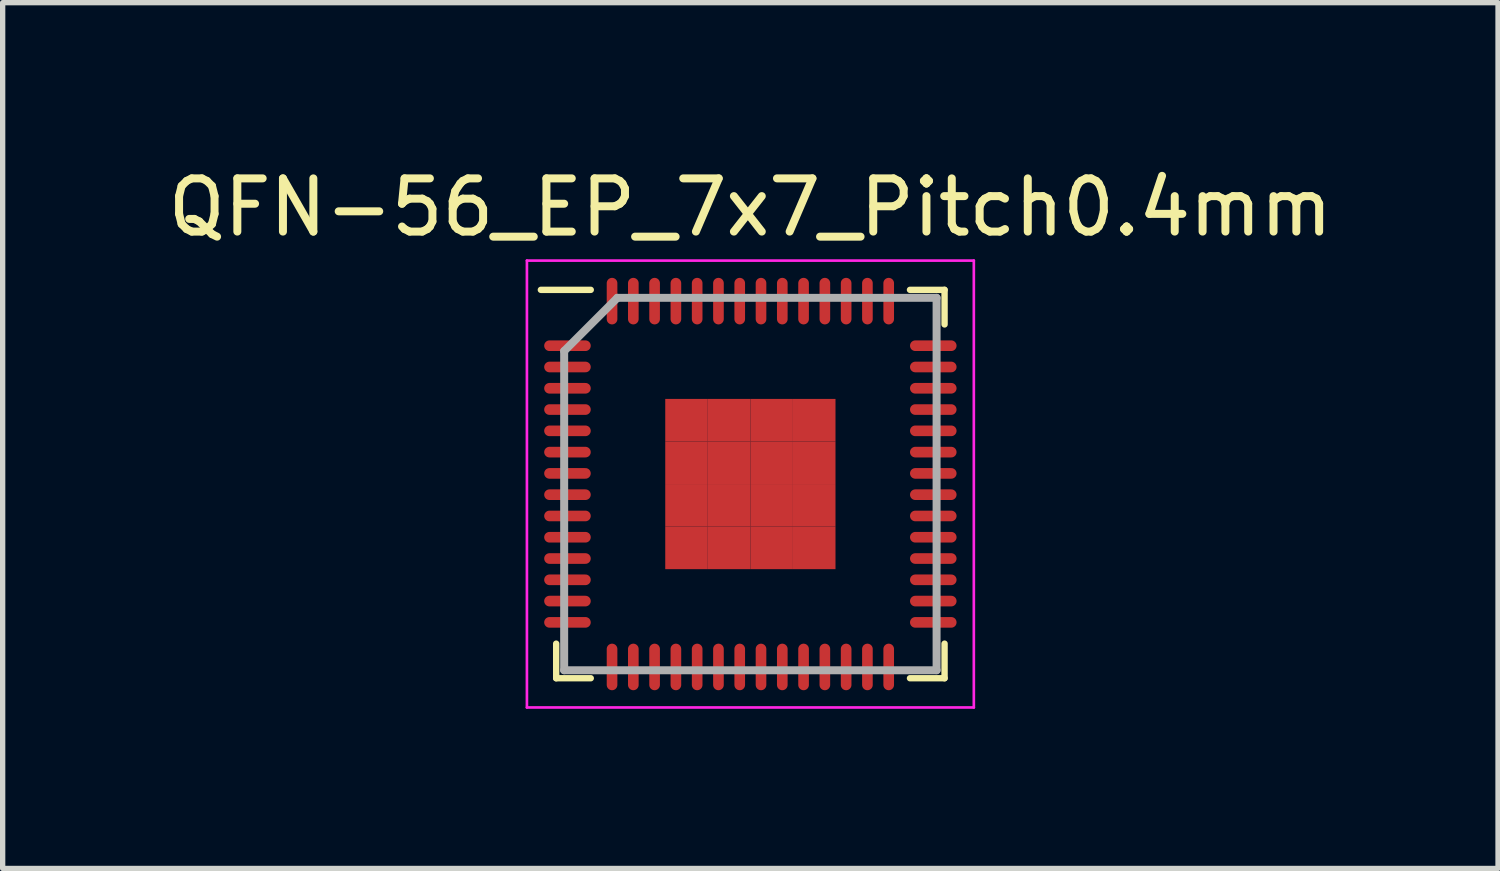
<source format=kicad_pcb>
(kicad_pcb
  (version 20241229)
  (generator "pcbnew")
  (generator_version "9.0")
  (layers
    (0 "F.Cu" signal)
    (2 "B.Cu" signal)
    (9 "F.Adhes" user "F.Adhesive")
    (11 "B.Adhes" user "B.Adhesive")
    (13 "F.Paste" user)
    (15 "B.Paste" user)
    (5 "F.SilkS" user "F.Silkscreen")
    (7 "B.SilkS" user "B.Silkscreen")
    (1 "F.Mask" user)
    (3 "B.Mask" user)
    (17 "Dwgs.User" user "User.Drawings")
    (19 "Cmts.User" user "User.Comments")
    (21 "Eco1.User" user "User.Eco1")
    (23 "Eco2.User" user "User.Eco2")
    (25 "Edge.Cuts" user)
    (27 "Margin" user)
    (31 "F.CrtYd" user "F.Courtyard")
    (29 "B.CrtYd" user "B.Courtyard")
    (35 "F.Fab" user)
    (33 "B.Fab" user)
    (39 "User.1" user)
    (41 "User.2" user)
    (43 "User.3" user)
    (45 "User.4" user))
  (footprint "QFN-56_EP_7x7_Pitch0.4mm"
    (layer "F.Cu")
    (at 11.054 6.048)
    (property "Reference" "QFN-56_EP_7x7_Pitch0.4mm" (at 0 -5.2 0) (layer "F.SilkS") (effects (font (size 1 1) (thickness 0.15))))
    (attr smd)
    (fp_line (start -3.65 3.65) (end -3.65 3) (stroke (width 0.12) (type solid)) (layer "F.SilkS"))
    (fp_line (start -3 -3.65) (end -3.938 -3.65) (stroke (width 0.12) (type solid)) (layer "F.SilkS"))
    (fp_line (start -3 3.65) (end -3.65 3.65) (stroke (width 0.12) (type solid)) (layer "F.SilkS"))
    (fp_line (start 3 -3.65) (end 3.65 -3.65) (stroke (width 0.12) (type solid)) (layer "F.SilkS"))
    (fp_line (start 3 3.65) (end 3.65 3.65) (stroke (width 0.12) (type solid)) (layer "F.SilkS"))
    (fp_line (start 3.65 -3.65) (end 3.65 -3) (stroke (width 0.12) (type solid)) (layer "F.SilkS"))
    (fp_line (start 3.65 3.65) (end 3.65 3) (stroke (width 0.12) (type solid)) (layer "F.SilkS"))
    (fp_line (start -4.2 -4.2) (end 4.2 -4.2) (stroke (width 0.05) (type solid)) (layer "F.CrtYd"))
    (fp_line (start -4.2 4.2) (end -4.2 -4.2) (stroke (width 0.05) (type solid)) (layer "F.CrtYd"))
    (fp_line (start 4.2 -4.2) (end 4.2 4.2) (stroke (width 0.05) (type solid)) (layer "F.CrtYd"))
    (fp_line (start 4.2 4.2) (end -4.2 4.2) (stroke (width 0.05) (type solid)) (layer "F.CrtYd"))
    (fp_line (start -3.5 -2.5) (end -3.5 3.5) (stroke (width 0.15) (type solid)) (layer "F.Fab"))
    (fp_line (start -3.5 3.5) (end 3.5 3.5) (stroke (width 0.15) (type solid)) (layer "F.Fab"))
    (fp_line (start -2.5 -3.5) (end -3.5 -2.5) (stroke (width 0.15) (type solid)) (layer "F.Fab"))
    (fp_line (start 3.5 -3.5) (end -2.5 -3.5) (stroke (width 0.15) (type solid)) (layer "F.Fab"))
    (fp_line (start 3.5 3.5) (end 3.5 -3.5) (stroke (width 0.15) (type solid)) (layer "F.Fab"))
    (pad "" smd roundrect (at -0.7 -0.7) (size 1.13 1.13) (layers "F.Paste") (roundrect_rratio 0.221))
    (pad "" smd roundrect (at -0.7 0.7) (size 1.13 1.13) (layers "F.Paste") (roundrect_rratio 0.221))
    (pad "" smd roundrect (at 0.7 -0.7) (size 1.13 1.13) (layers "F.Paste") (roundrect_rratio 0.221))
    (pad "" smd roundrect (at 0.7 0.7) (size 1.13 1.13) (layers "F.Paste") (roundrect_rratio 0.221))
    (pad "1" smd oval (at -3.438 -2.6 90) (size 0.2 0.875) (layers "F.Cu" "F.Mask" "F.Paste"))
    (pad "2" smd oval (at -3.438 -2.2 90) (size 0.2 0.875) (layers "F.Cu" "F.Mask" "F.Paste"))
    (pad "3" smd oval (at -3.438 -1.8 90) (size 0.2 0.875) (layers "F.Cu" "F.Mask" "F.Paste"))
    (pad "4" smd oval (at -3.438 -1.4 90) (size 0.2 0.875) (layers "F.Cu" "F.Mask" "F.Paste"))
    (pad "5" smd oval (at -3.438 -1 90) (size 0.2 0.875) (layers "F.Cu" "F.Mask" "F.Paste"))
    (pad "6" smd oval (at -3.438 -0.6 90) (size 0.2 0.875) (layers "F.Cu" "F.Mask" "F.Paste"))
    (pad "7" smd oval (at -3.438 -0.2 90) (size 0.2 0.875) (layers "F.Cu" "F.Mask" "F.Paste"))
    (pad "8" smd oval (at -3.438 0.2 90) (size 0.2 0.875) (layers "F.Cu" "F.Mask" "F.Paste"))
    (pad "9" smd oval (at -3.438 0.6 90) (size 0.2 0.875) (layers "F.Cu" "F.Mask" "F.Paste"))
    (pad "10" smd oval (at -3.438 1 90) (size 0.2 0.875) (layers "F.Cu" "F.Mask" "F.Paste"))
    (pad "11" smd oval (at -3.438 1.4 90) (size 0.2 0.875) (layers "F.Cu" "F.Mask" "F.Paste"))
    (pad "12" smd oval (at -3.438 1.8 90) (size 0.2 0.875) (layers "F.Cu" "F.Mask" "F.Paste"))
    (pad "13" smd oval (at -3.438 2.2 90) (size 0.2 0.875) (layers "F.Cu" "F.Mask" "F.Paste"))
    (pad "14" smd oval (at -3.438 2.6 90) (size 0.2 0.875) (layers "F.Cu" "F.Mask" "F.Paste"))
    (pad "15" smd oval (at -2.6 3.438) (size 0.2 0.875) (layers "F.Cu" "F.Mask" "F.Paste"))
    (pad "16" smd oval (at -2.2 3.438) (size 0.2 0.875) (layers "F.Cu" "F.Mask" "F.Paste"))
    (pad "17" smd oval (at -1.8 3.438) (size 0.2 0.875) (layers "F.Cu" "F.Mask" "F.Paste"))
    (pad "18" smd oval (at -1.4 3.438) (size 0.2 0.875) (layers "F.Cu" "F.Mask" "F.Paste"))
    (pad "19" smd oval (at -1 3.438) (size 0.2 0.875) (layers "F.Cu" "F.Mask" "F.Paste"))
    (pad "20" smd oval (at -0.6 3.438) (size 0.2 0.875) (layers "F.Cu" "F.Mask" "F.Paste"))
    (pad "21" smd oval (at -0.2 3.438) (size 0.2 0.875) (layers "F.Cu" "F.Mask" "F.Paste"))
    (pad "22" smd oval (at 0.2 3.438) (size 0.2 0.875) (layers "F.Cu" "F.Mask" "F.Paste"))
    (pad "23" smd oval (at 0.6 3.438) (size 0.2 0.875) (layers "F.Cu" "F.Mask" "F.Paste"))
    (pad "24" smd oval (at 1 3.438) (size 0.2 0.875) (layers "F.Cu" "F.Mask" "F.Paste"))
    (pad "25" smd oval (at 1.4 3.438) (size 0.2 0.875) (layers "F.Cu" "F.Mask" "F.Paste"))
    (pad "26" smd oval (at 1.8 3.438) (size 0.2 0.875) (layers "F.Cu" "F.Mask" "F.Paste"))
    (pad "27" smd oval (at 2.2 3.438) (size 0.2 0.875) (layers "F.Cu" "F.Mask" "F.Paste"))
    (pad "28" smd oval (at 2.6 3.438) (size 0.2 0.875) (layers "F.Cu" "F.Mask" "F.Paste"))
    (pad "29" smd oval (at 3.438 2.6 90) (size 0.2 0.875) (layers "F.Cu" "F.Mask" "F.Paste"))
    (pad "30" smd oval (at 3.438 2.2 90) (size 0.2 0.875) (layers "F.Cu" "F.Mask" "F.Paste"))
    (pad "31" smd oval (at 3.438 1.8 90) (size 0.2 0.875) (layers "F.Cu" "F.Mask" "F.Paste"))
    (pad "32" smd oval (at 3.438 1.4 90) (size 0.2 0.875) (layers "F.Cu" "F.Mask" "F.Paste"))
    (pad "33" smd oval (at 3.438 1 90) (size 0.2 0.875) (layers "F.Cu" "F.Mask" "F.Paste"))
    (pad "34" smd oval (at 3.438 0.6 90) (size 0.2 0.875) (layers "F.Cu" "F.Mask" "F.Paste"))
    (pad "35" smd oval (at 3.438 0.2 90) (size 0.2 0.875) (layers "F.Cu" "F.Mask" "F.Paste"))
    (pad "36" smd oval (at 3.438 -0.2 90) (size 0.2 0.875) (layers "F.Cu" "F.Mask" "F.Paste"))
    (pad "37" smd oval (at 3.438 -0.6 90) (size 0.2 0.875) (layers "F.Cu" "F.Mask" "F.Paste"))
    (pad "38" smd oval (at 3.438 -1 90) (size 0.2 0.875) (layers "F.Cu" "F.Mask" "F.Paste"))
    (pad "39" smd oval (at 3.438 -1.4 90) (size 0.2 0.875) (layers "F.Cu" "F.Mask" "F.Paste"))
    (pad "40" smd oval (at 3.438 -1.8 90) (size 0.2 0.875) (layers "F.Cu" "F.Mask" "F.Paste"))
    (pad "41" smd oval (at 3.438 -2.2 90) (size 0.2 0.875) (layers "F.Cu" "F.Mask" "F.Paste"))
    (pad "42" smd oval (at 3.438 -2.6 90) (size 0.2 0.875) (layers "F.Cu" "F.Mask" "F.Paste"))
    (pad "43" smd oval (at 2.6 -3.438) (size 0.2 0.875) (layers "F.Cu" "F.Mask" "F.Paste"))
    (pad "44" smd oval (at 2.2 -3.438) (size 0.2 0.875) (layers "F.Cu" "F.Mask" "F.Paste"))
    (pad "45" smd oval (at 1.8 -3.438) (size 0.2 0.875) (layers "F.Cu" "F.Mask" "F.Paste"))
    (pad "46" smd oval (at 1.4 -3.438) (size 0.2 0.875) (layers "F.Cu" "F.Mask" "F.Paste"))
    (pad "47" smd oval (at 1 -3.438) (size 0.2 0.875) (layers "F.Cu" "F.Mask" "F.Paste"))
    (pad "48" smd oval (at 0.6 -3.438) (size 0.2 0.875) (layers "F.Cu" "F.Mask" "F.Paste"))
    (pad "49" smd oval (at 0.2 -3.438) (size 0.2 0.875) (layers "F.Cu" "F.Mask" "F.Paste"))
    (pad "50" smd oval (at -0.2 -3.438) (size 0.2 0.875) (layers "F.Cu" "F.Mask" "F.Paste"))
    (pad "51" smd oval (at -0.6 -3.438) (size 0.2 0.875) (layers "F.Cu" "F.Mask" "F.Paste"))
    (pad "52" smd oval (at -1 -3.438) (size 0.2 0.875) (layers "F.Cu" "F.Mask" "F.Paste"))
    (pad "53" smd oval (at -1.4 -3.438) (size 0.2 0.875) (layers "F.Cu" "F.Mask" "F.Paste"))
    (pad "54" smd oval (at -1.8 -3.438) (size 0.2 0.875) (layers "F.Cu" "F.Mask" "F.Paste"))
    (pad "55" smd oval (at -2.2 -3.438) (size 0.2 0.875) (layers "F.Cu" "F.Mask" "F.Paste"))
    (pad "56" smd oval (at -2.6 -3.438) (size 0.2 0.875) (layers "F.Cu" "F.Mask" "F.Paste"))
    (pad "57" smd rect (at -1.2 -1.2) (size 0.8 0.8) (layers "F.Cu" "F.Mask" "F.Paste"))
    (pad "57" smd rect (at -1.2 -0.4) (size 0.8 0.8) (layers "F.Cu" "F.Mask" "F.Paste"))
    (pad "57" smd rect (at -1.2 0.4) (size 0.8 0.8) (layers "F.Cu" "F.Mask" "F.Paste"))
    (pad "57" smd rect (at -1.2 1.2) (size 0.8 0.8) (layers "F.Cu" "F.Mask" "F.Paste"))
    (pad "57" smd rect (at -0.4 -1.2) (size 0.8 0.8) (layers "F.Cu" "F.Mask" "F.Paste"))
    (pad "57" smd rect (at -0.4 -0.4) (size 0.8 0.8) (layers "F.Cu" "F.Mask" "F.Paste"))
    (pad "57" smd rect (at -0.4 0.4) (size 0.8 0.8) (layers "F.Cu" "F.Mask" "F.Paste"))
    (pad "57" smd rect (at -0.4 1.2) (size 0.8 0.8) (layers "F.Cu" "F.Mask" "F.Paste"))
    (pad "57" smd rect (at 0.4 -1.2) (size 0.8 0.8) (layers "F.Cu" "F.Mask" "F.Paste"))
    (pad "57" smd rect (at 0.4 -0.4) (size 0.8 0.8) (layers "F.Cu" "F.Mask" "F.Paste"))
    (pad "57" smd rect (at 0.4 0.4) (size 0.8 0.8) (layers "F.Cu" "F.Mask" "F.Paste"))
    (pad "57" smd rect (at 0.4 1.2) (size 0.8 0.8) (layers "F.Cu" "F.Mask" "F.Paste"))
    (pad "57" smd rect (at 1.2 -1.2) (size 0.8 0.8) (layers "F.Cu" "F.Mask" "F.Paste"))
    (pad "57" smd rect (at 1.2 -0.4) (size 0.8 0.8) (layers "F.Cu" "F.Mask" "F.Paste"))
    (pad "57" smd rect (at 1.2 0.4) (size 0.8 0.8) (layers "F.Cu" "F.Mask" "F.Paste"))
    (pad "57" smd rect (at 1.2 1.2) (size 0.8 0.8) (layers "F.Cu" "F.Mask" "F.Paste")))
  (gr_rect
    (start -3 -3)
    (end 25.107 13.273)
    (stroke (width 0.1) (type default))
    (fill no)
    (layer "Edge.Cuts")))
</source>
